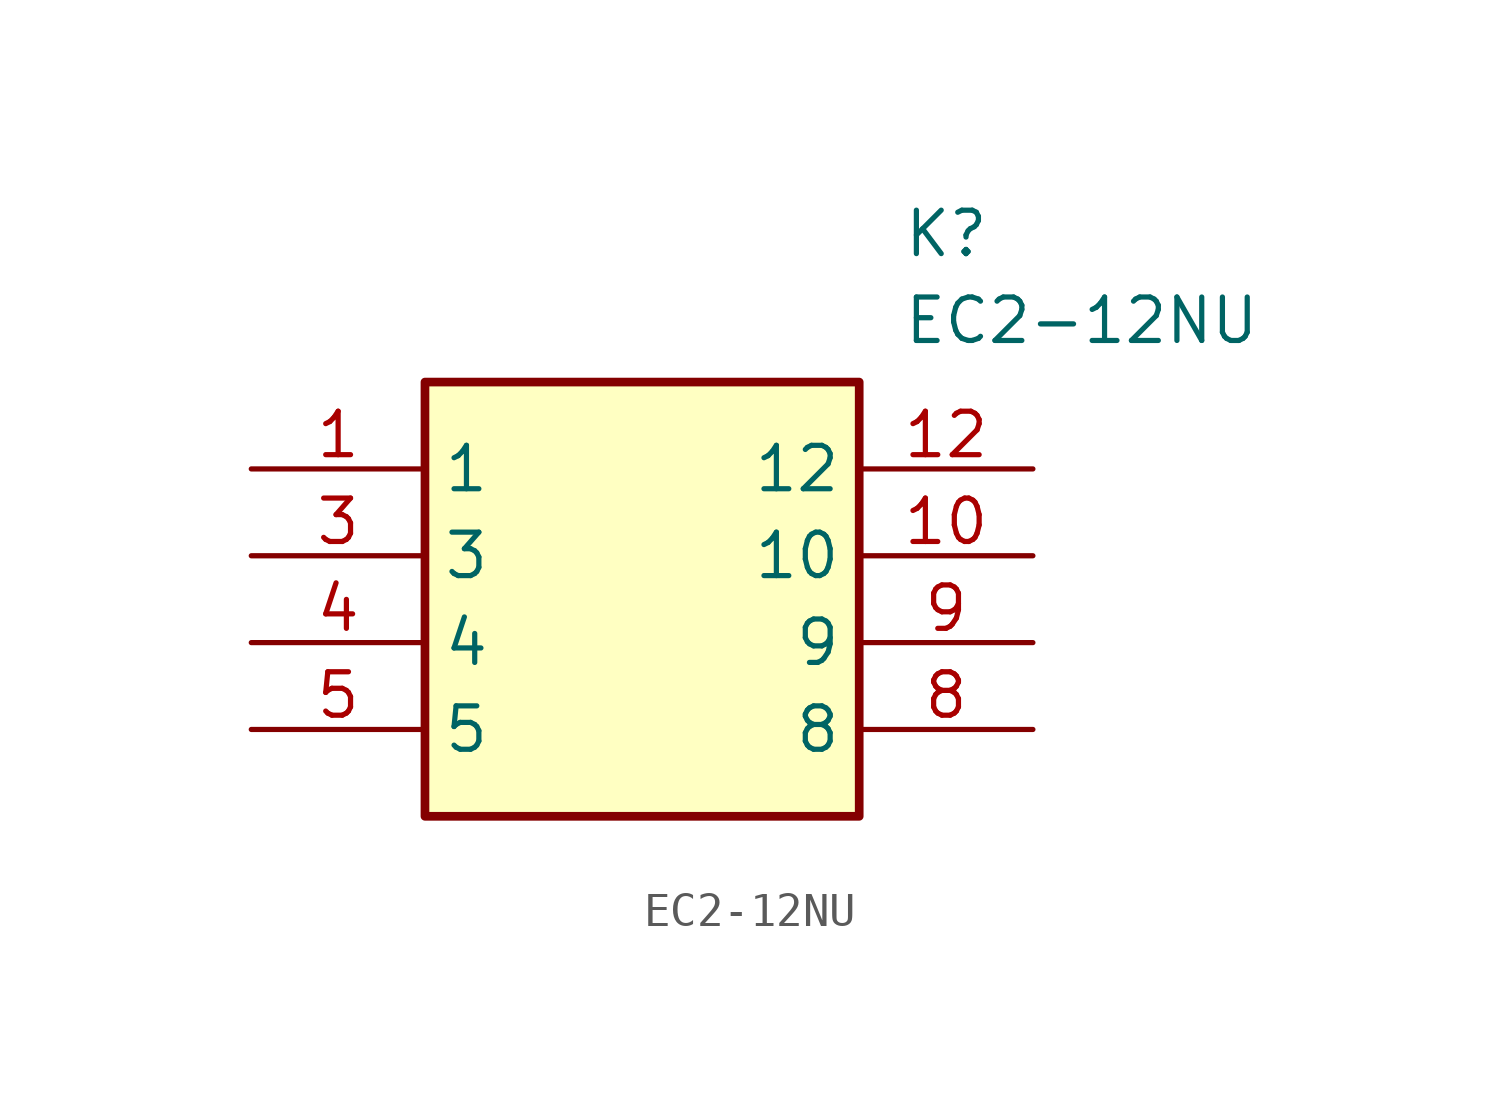
<source format=kicad_sym>
(kicad_symbol_lib
  (version 20211014)
  (generator SamacSys_ECAD_Model)
  (symbol "EC2-12NU"
    (property "Reference" "K"
      (at 19.05 7.62 0)
      (effects (font (size 1.27 1.27)) (justify left top)))
    (property "Value" "EC2-12NU"
      (at 19.05 5.08 0)
      (effects (font (size 1.27 1.27)) (justify left top)))
    (rectangle
      (start 5.08 2.54)
      (end 17.78 -10.16)
      (stroke (width 0.254) (type default))
      (fill (type background)))
    (pin passive line
      (at 0 0 0)
      (length 5.08)
      (name "1" (effects (font (size 1.27 1.27))))
      (number "1" (effects (font (size 1.27 1.27)))))
    (pin passive line
      (at 0 -2.54 0)
      (length 5.08)
      (name "3" (effects (font (size 1.27 1.27))))
      (number "3" (effects (font (size 1.27 1.27)))))
    (pin passive line
      (at 0 -5.08 0)
      (length 5.08)
      (name "4" (effects (font (size 1.27 1.27))))
      (number "4" (effects (font (size 1.27 1.27)))))
    (pin passive line
      (at 0 -7.62 0)
      (length 5.08)
      (name "5" (effects (font (size 1.27 1.27))))
      (number "5" (effects (font (size 1.27 1.27)))))
    (pin passive line
      (at 22.86 -7.62 180)
      (length 5.08)
      (name "8" (effects (font (size 1.27 1.27))))
      (number "8" (effects (font (size 1.27 1.27)))))
    (pin passive line
      (at 22.86 -5.08 180)
      (length 5.08)
      (name "9" (effects (font (size 1.27 1.27))))
      (number "9" (effects (font (size 1.27 1.27)))))
    (pin passive line
      (at 22.86 -2.54 180)
      (length 5.08)
      (name "10" (effects (font (size 1.27 1.27))))
      (number "10" (effects (font (size 1.27 1.27)))))
    (pin passive line
      (at 22.86 0 180)
      (length 5.08)
      (name "12" (effects (font (size 1.27 1.27))))
      (number "12" (effects (font (size 1.27 1.27)))))))
</source>
